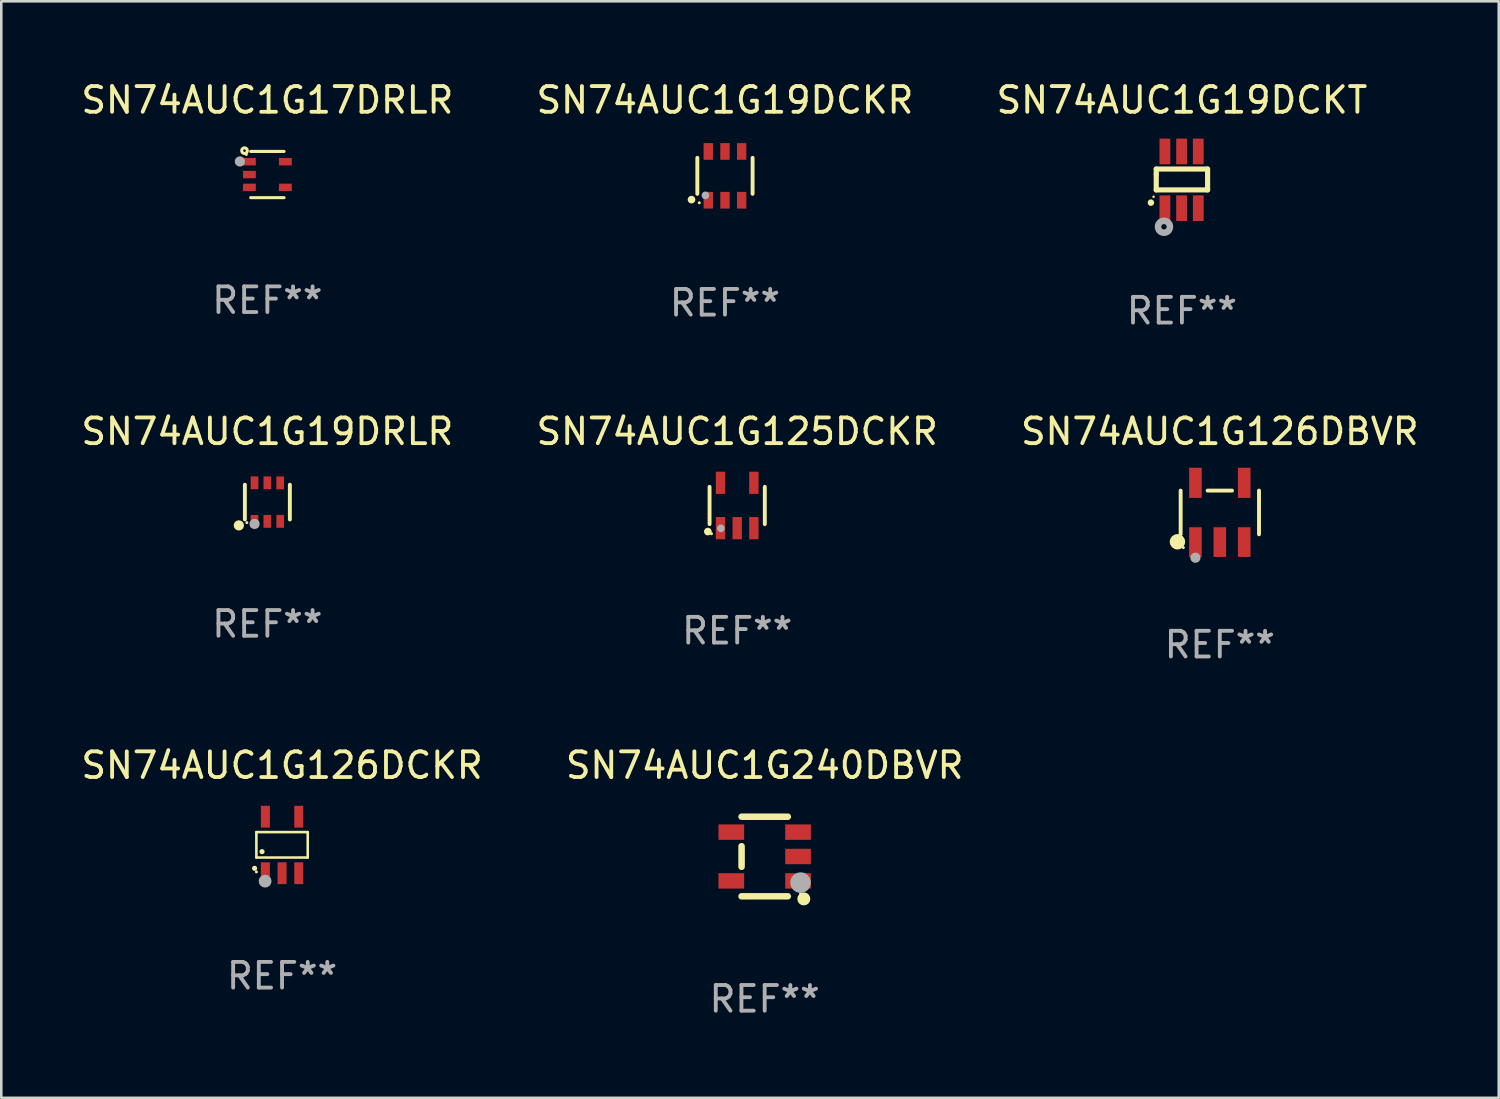
<source format=kicad_pcb>
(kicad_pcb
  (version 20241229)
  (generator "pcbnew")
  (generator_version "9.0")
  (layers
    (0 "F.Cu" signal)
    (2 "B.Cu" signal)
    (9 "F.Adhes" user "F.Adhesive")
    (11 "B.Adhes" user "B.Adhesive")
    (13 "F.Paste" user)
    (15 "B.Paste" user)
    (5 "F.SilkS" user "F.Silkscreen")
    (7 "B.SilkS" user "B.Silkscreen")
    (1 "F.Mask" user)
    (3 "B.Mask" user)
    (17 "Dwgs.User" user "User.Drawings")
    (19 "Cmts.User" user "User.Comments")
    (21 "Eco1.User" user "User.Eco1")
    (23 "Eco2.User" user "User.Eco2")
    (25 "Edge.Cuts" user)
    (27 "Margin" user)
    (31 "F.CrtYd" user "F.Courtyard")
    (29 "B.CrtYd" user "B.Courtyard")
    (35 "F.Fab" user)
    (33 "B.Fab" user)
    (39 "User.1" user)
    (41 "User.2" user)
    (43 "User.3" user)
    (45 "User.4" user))
  (footprint "SN74AUC1G125DCKR"
    (layer "F.Cu")
    (at 25.661 16.637)
    (property "Reference" "SN74AUC1G125DCKR" (at 0 -2.883 0) (layer "F.SilkS") (effects (font (size 1 1) (thickness 0.15))))
    (attr through_hole)
    (fp_line (start -1.076 0.726) (end -1.076 -0.726) (stroke (width 0.152) (type solid)) (layer "F.SilkS"))
    (fp_line (start 1.076 0.726) (end 1.076 -0.726) (stroke (width 0.152) (type solid)) (layer "F.SilkS"))
    (fp_circle (center -1.143 1.016) (end -1.068 1.016) (stroke (width 0.15) (type solid)) (fill no) (layer "F.SilkS"))
    (fp_circle (center -1 1.1) (end -0.97 1.1) (stroke (width 0.06) (type solid)) (fill no) (layer "F.SilkS"))
    (fp_circle (center -0.635 0.889) (end -0.56 0.889) (stroke (width 0.15) (type solid)) (fill no) (layer "F.Fab"))
    (fp_text user "REF**" (at 0 4.883 0) (layer "F.Fab") (effects (font (size 1 1) (thickness 0.15))))
    (pad "1" smd rect (at -0.65 0.883) (size 0.364 0.866) (layers "F.Cu" "F.Mask" "F.Paste"))
    (pad "2" smd rect (at 0 0.883) (size 0.364 0.866) (layers "F.Cu" "F.Mask" "F.Paste"))
    (pad "3" smd rect (at 0.65 0.883) (size 0.364 0.866) (layers "F.Cu" "F.Mask" "F.Paste"))
    (pad "4" smd rect (at 0.65 -0.883) (size 0.364 0.866) (layers "F.Cu" "F.Mask" "F.Paste"))
    (pad "5" smd rect (at -0.65 -0.883) (size 0.364 0.866) (layers "F.Cu" "F.Mask" "F.Paste")))
  (footprint "SN74AUC1G126DCKR"
    (layer "F.Cu")
    (at 7.935 29.858)
    (property "Reference" "SN74AUC1G126DCKR" (at 0 -3.1 0) (layer "F.SilkS") (effects (font (size 1 1) (thickness 0.15))))
    (attr through_hole)
    (fp_line (start -1 -0.5) (end -1 0.49) (stroke (width 0.1) (type solid)) (layer "F.SilkS"))
    (fp_line (start -1 0.49) (end 1 0.49) (stroke (width 0.1) (type solid)) (layer "F.SilkS"))
    (fp_line (start 0.99 -0.5) (end -1 -0.5) (stroke (width 0.1) (type solid)) (layer "F.SilkS"))
    (fp_line (start 1 -0.49) (end 0.99 -0.5) (stroke (width 0.1) (type solid)) (layer "F.SilkS"))
    (fp_line (start 1 0.49) (end 1 -0.49) (stroke (width 0.1) (type solid)) (layer "F.SilkS"))
    (fp_circle (center -1.07 0.91) (end -1.02 0.91) (stroke (width 0.1) (type solid)) (fill no) (layer "F.SilkS"))
    (fp_circle (center -1 1.05) (end -0.97 1.05) (stroke (width 0.06) (type solid)) (fill no) (layer "F.SilkS"))
    (fp_circle (center -0.78 0.26) (end -0.73 0.26) (stroke (width 0.1) (type solid)) (fill no) (layer "F.SilkS"))
    (fp_circle (center -0.66 1.41) (end -0.535 1.41) (stroke (width 0.25) (type solid)) (fill no) (layer "F.Fab"))
    (fp_text user "REF**" (at 0 5.1 0) (layer "F.Fab") (effects (font (size 1 1) (thickness 0.15))))
    (pad "1" smd rect (at -0.65 1.1) (size 0.35 0.85) (layers "F.Cu" "F.Mask" "F.Paste"))
    (pad "2" smd rect (at 0.000051 1.1) (size 0.35 0.85) (layers "F.Cu" "F.Mask" "F.Paste"))
    (pad "3" smd rect (at 0.65 1.1) (size 0.35 0.85) (layers "F.Cu" "F.Mask" "F.Paste"))
    (pad "4" smd rect (at 0.65 -1.1) (size 0.35 0.85) (layers "F.Cu" "F.Mask" "F.Paste"))
    (pad "5" smd rect (at -0.65 -1.1) (size 0.35 0.85) (layers "F.Cu" "F.Mask" "F.Paste")))
  (footprint "SN74AUC1G240DBVR"
    (layer "F.Cu")
    (at 26.732 30.308)
    (property "Reference" "SN74AUC1G240DBVR" (at 0 -3.55 0) (layer "F.SilkS") (effects (font (size 1 1) (thickness 0.15))))
    (attr through_hole)
    (fp_line (start -0.9 -1.55) (end 0.9 -1.55) (stroke (width 0.254) (type solid)) (layer "F.SilkS"))
    (fp_line (start -0.9 0.4) (end -0.9 -0.4) (stroke (width 0.254) (type solid)) (layer "F.SilkS"))
    (fp_line (start -0.9 1.55) (end 0.9 1.55) (stroke (width 0.254) (type solid)) (layer "F.SilkS"))
    (fp_circle (center 1.4 1.45) (end 1.43 1.45) (stroke (width 0.06) (type solid)) (fill no) (layer "F.SilkS"))
    (fp_circle (center 1.524 1.651) (end 1.651 1.651) (stroke (width 0.254) (type solid)) (fill no) (layer "F.SilkS"))
    (fp_circle (center 1.397 1.016) (end 1.597 1.016) (stroke (width 0.4) (type solid)) (fill no) (layer "F.Fab"))
    (fp_text user "REF**" (at 0 5.55 0) (layer "F.Fab") (effects (font (size 1 1) (thickness 0.15))))
    (pad "1" smd rect (at 1.3 0.95) (size 1 0.6) (layers "F.Cu" "F.Mask" "F.Paste"))
    (pad "2" smd rect (at 1.3 -0.000051) (size 1 0.6) (layers "F.Cu" "F.Mask" "F.Paste"))
    (pad "3" smd rect (at 1.3 -0.95) (size 1 0.6) (layers "F.Cu" "F.Mask" "F.Paste"))
    (pad "4" smd rect (at -1.3 -0.95) (size 1 0.6) (layers "F.Cu" "F.Mask" "F.Paste"))
    (pad "5" smd rect (at -1.3 0.95) (size 1 0.6) (layers "F.Cu" "F.Mask" "F.Paste")))
  (footprint "SN74AUC1G17DRLR"
    (layer "F.Cu")
    (at 7.363 3.748)
    (property "Reference" "SN74AUC1G17DRLR" (at 0 -2.9 0) (layer "F.SilkS") (effects (font (size 1 1) (thickness 0.15))))
    (attr through_hole)
    (fp_line (start 0.65 -0.9) (end -0.65 -0.9) (stroke (width 0.12) (type solid)) (layer "F.SilkS"))
    (fp_line (start 0.65 0.9) (end -0.65 0.9) (stroke (width 0.12) (type solid)) (layer "F.SilkS"))
    (fp_circle (center -0.89 -0.93) (end -0.84 -0.93) (stroke (width 0.12) (type solid)) (fill no) (layer "F.SilkS"))
    (fp_circle (center -0.82 -0.78) (end -0.79 -0.78) (stroke (width 0.06) (type solid)) (fill no) (layer "F.SilkS"))
    (fp_arc (start -1.120142 -0.50983) (mid -1.070104 -0.559868) (end -1.020066 -0.50983) (stroke (width 0.254001) (type solid)) (layer "F.Fab"))
    (fp_arc (start -1.120142 -0.50983) (mid -1.070104 -0.521642) (end -1.020066 -0.50983) (stroke (width 0.254001) (type solid)) (layer "F.Fab"))
    (fp_circle (center -1.07 -0.51) (end -0.97 -0.51) (stroke (width 0.2) (type solid)) (fill no) (layer "F.Fab"))
    (fp_text user "REF**" (at 0 4.9 0) (layer "F.Fab") (effects (font (size 1 1) (thickness 0.15))))
    (pad "1" smd rect (at -0.7 -0.5) (size 0.5 0.29) (layers "F.Cu" "F.Mask" "F.Paste"))
    (pad "2" smd rect (at -0.7 0.000457) (size 0.5 0.29) (layers "F.Cu" "F.Mask" "F.Paste"))
    (pad "3" smd rect (at -0.7 0.5) (size 0.5 0.29) (layers "F.Cu" "F.Mask" "F.Paste"))
    (pad "4" smd rect (at 0.7 0.5) (size 0.5 0.29) (layers "F.Cu" "F.Mask" "F.Paste"))
    (pad "5" smd rect (at 0.7 -0.5) (size 0.5 0.29) (layers "F.Cu" "F.Mask" "F.Paste")))
  (footprint "SN74AUC1G19DCKR"
    (layer "F.Cu")
    (at 25.185 3.798)
    (property "Reference" "SN74AUC1G19DCKR" (at 0 -2.95 0) (layer "F.SilkS") (effects (font (size 1 1) (thickness 0.15))))
    (attr through_hole)
    (fp_line (start -1.076 0.701) (end -1.076 -0.701) (stroke (width 0.152) (type solid)) (layer "F.SilkS"))
    (fp_line (start 1.076 0.701) (end 1.076 -0.701) (stroke (width 0.152) (type solid)) (layer "F.SilkS"))
    (fp_circle (center -1.303 0.927) (end -1.228 0.927) (stroke (width 0.15) (type solid)) (fill no) (layer "F.SilkS"))
    (fp_circle (center -1 1.05) (end -0.97 1.05) (stroke (width 0.06) (type solid)) (fill no) (layer "F.SilkS"))
    (fp_circle (center -0.762 0.762) (end -0.687 0.762) (stroke (width 0.15) (type solid)) (fill no) (layer "F.Fab"))
    (fp_text user "REF**" (at 0 4.95 0) (layer "F.Fab") (effects (font (size 1 1) (thickness 0.15))))
    (pad "1" smd rect (at -0.65 0.95) (size 0.364 0.65) (layers "F.Cu" "F.Mask" "F.Paste"))
    (pad "2" smd rect (at 0 0.95) (size 0.364 0.65) (layers "F.Cu" "F.Mask" "F.Paste"))
    (pad "3" smd rect (at 0.65 0.95) (size 0.364 0.65) (layers "F.Cu" "F.Mask" "F.Paste"))
    (pad "4" smd rect (at 0.65 -0.95) (size 0.364 0.65) (layers "F.Cu" "F.Mask" "F.Paste"))
    (pad "5" smd rect (at 0 -0.95) (size 0.364 0.65) (layers "F.Cu" "F.Mask" "F.Paste"))
    (pad "6" smd rect (at -0.65 -0.95) (size 0.364 0.65) (layers "F.Cu" "F.Mask" "F.Paste")))
  (footprint "SN74AUC1G126DBVR"
    (layer "F.Cu")
    (at 44.458 16.908)
    (property "Reference" "SN74AUC1G126DBVR" (at 0 -3.154 0) (layer "F.SilkS") (effects (font (size 1 1) (thickness 0.15))))
    (attr through_hole)
    (fp_line (start -1.526 0.851) (end -1.526 -0.851) (stroke (width 0.152) (type solid)) (layer "F.SilkS"))
    (fp_line (start 0.476 -0.851) (end -0.476 -0.851) (stroke (width 0.152) (type solid)) (layer "F.SilkS"))
    (fp_line (start 1.526 0.851) (end 1.526 -0.851) (stroke (width 0.152) (type solid)) (layer "F.SilkS"))
    (fp_circle (center -1.651 1.143) (end -1.501 1.143) (stroke (width 0.3) (type solid)) (fill no) (layer "F.SilkS"))
    (fp_circle (center -1.42 1.37) (end -1.39 1.37) (stroke (width 0.06) (type solid)) (fill no) (layer "F.SilkS"))
    (fp_circle (center -0.95 1.763) (end -0.85 1.763) (stroke (width 0.2) (type solid)) (fill no) (layer "F.Fab"))
    (fp_text user "REF**" (at 0 5.154 0) (layer "F.Fab") (effects (font (size 1 1) (thickness 0.15))))
    (pad "1" smd rect (at -0.95 1.154) (size 0.49 1.157) (layers "F.Cu" "F.Mask" "F.Paste"))
    (pad "2" smd rect (at 0 1.154) (size 0.49 1.157) (layers "F.Cu" "F.Mask" "F.Paste"))
    (pad "3" smd rect (at 0.95 1.154) (size 0.49 1.157) (layers "F.Cu" "F.Mask" "F.Paste"))
    (pad "4" smd rect (at 0.95 -1.154) (size 0.49 1.175) (layers "F.Cu" "F.Mask" "F.Paste"))
    (pad "5" smd rect (at -0.95 -1.154) (size 0.49 1.175) (layers "F.Cu" "F.Mask" "F.Paste")))
  (footprint "SN74AUC1G19DRLR"
    (layer "F.Cu")
    (at 7.363 16.505)
    (property "Reference" "SN74AUC1G19DRLR" (at 0 -2.75 0) (layer "F.SilkS") (effects (font (size 1 1) (thickness 0.15))))
    (attr through_hole)
    (fp_line (start -0.876 0.676) (end -0.876 -0.676) (stroke (width 0.152) (type solid)) (layer "F.SilkS"))
    (fp_line (start 0.876 0.676) (end 0.876 -0.676) (stroke (width 0.152) (type solid)) (layer "F.SilkS"))
    (fp_circle (center -1.111 0.908) (end -1.011 0.908) (stroke (width 0.2) (type solid)) (fill no) (layer "F.SilkS"))
    (fp_circle (center -0.8 0.8) (end -0.77 0.8) (stroke (width 0.06) (type solid)) (fill no) (layer "F.SilkS"))
    (fp_circle (center -0.499 0.85) (end -0.399 0.85) (stroke (width 0.2) (type solid)) (fill no) (layer "F.Fab"))
    (fp_text user "REF**" (at 0 4.75 0) (layer "F.Fab") (effects (font (size 1 1) (thickness 0.15))))
    (pad "1" smd rect (at -0.5 0.75) (size 0.3 0.5) (layers "F.Cu" "F.Mask" "F.Paste"))
    (pad "2" smd rect (at 0 0.75) (size 0.3 0.5) (layers "F.Cu" "F.Mask" "F.Paste"))
    (pad "3" smd rect (at 0.5 0.75) (size 0.3 0.5) (layers "F.Cu" "F.Mask" "F.Paste"))
    (pad "4" smd rect (at 0.5 -0.75) (size 0.3 0.5) (layers "F.Cu" "F.Mask" "F.Paste"))
    (pad "5" smd rect (at 0 -0.75) (size 0.3 0.5) (layers "F.Cu" "F.Mask" "F.Paste"))
    (pad "6" smd rect (at -0.5 -0.75) (size 0.3 0.5) (layers "F.Cu" "F.Mask" "F.Paste")))
  (footprint "SN74AUC1G19DCKT"
    (layer "F.Cu")
    (at 42.982 3.953)
    (property "Reference" "SN74AUC1G19DCKT" (at 0 -3.105 0) (layer "F.SilkS") (effects (font (size 1 1) (thickness 0.15))))
    (attr through_hole)
    (fp_line (start -1 -0.419) (end -1 -0.213) (stroke (width 0.2) (type solid)) (layer "F.SilkS"))
    (fp_line (start -1 -0.213) (end -1 0.393) (stroke (width 0.2) (type solid)) (layer "F.SilkS"))
    (fp_line (start -1 0.393) (end 1 0.393) (stroke (width 0.2) (type solid)) (layer "F.SilkS"))
    (fp_line (start 1 -0.419) (end -1 -0.419) (stroke (width 0.2) (type solid)) (layer "F.SilkS"))
    (fp_line (start 1 0.393) (end 1 -0.419) (stroke (width 0.2) (type solid)) (layer "F.SilkS"))
    (fp_arc (start -1.208509 0.890272) (mid -1.208515 0.889002) (end -1.208509 0.887732) (stroke (width 0.25) (type solid)) (layer "F.SilkS"))
    (fp_circle (center -1.105 0.66) (end -1.08 0.66) (stroke (width 0.05) (type solid)) (fill no) (layer "F.SilkS"))
    (fp_circle (center -0.699 1.829) (end -0.594 1.829) (stroke (width 0.254) (type solid)) (fill no) (layer "F.Fab"))
    (fp_text user "REF**" (at 0 5.105 0) (layer "F.Fab") (effects (font (size 1 1) (thickness 0.15))))
    (pad "1" smd rect (at -0.663 1.105) (size 0.42 1) (layers "F.Cu" "F.Mask" "F.Paste"))
    (pad "2" smd rect (at -0.013 1.105) (size 0.42 1) (layers "F.Cu" "F.Mask" "F.Paste"))
    (pad "3" smd rect (at 0.637 1.105) (size 0.42 1) (layers "F.Cu" "F.Mask" "F.Paste"))
    (pad "4" smd rect (at 0.637 -1.105 180) (size 0.42 1) (layers "F.Cu" "F.Mask" "F.Paste"))
    (pad "5" smd rect (at -0.013 -1.105 180) (size 0.42 1) (layers "F.Cu" "F.Mask" "F.Paste"))
    (pad "6" smd rect (at -0.663 -1.105 180) (size 0.42 1) (layers "F.Cu" "F.Mask" "F.Paste")))
  (gr_rect
    (start -3 -3)
    (end 55.321 39.707)
    (stroke (width 0.1) (type default))
    (fill no)
    (layer "Edge.Cuts")))
</source>
